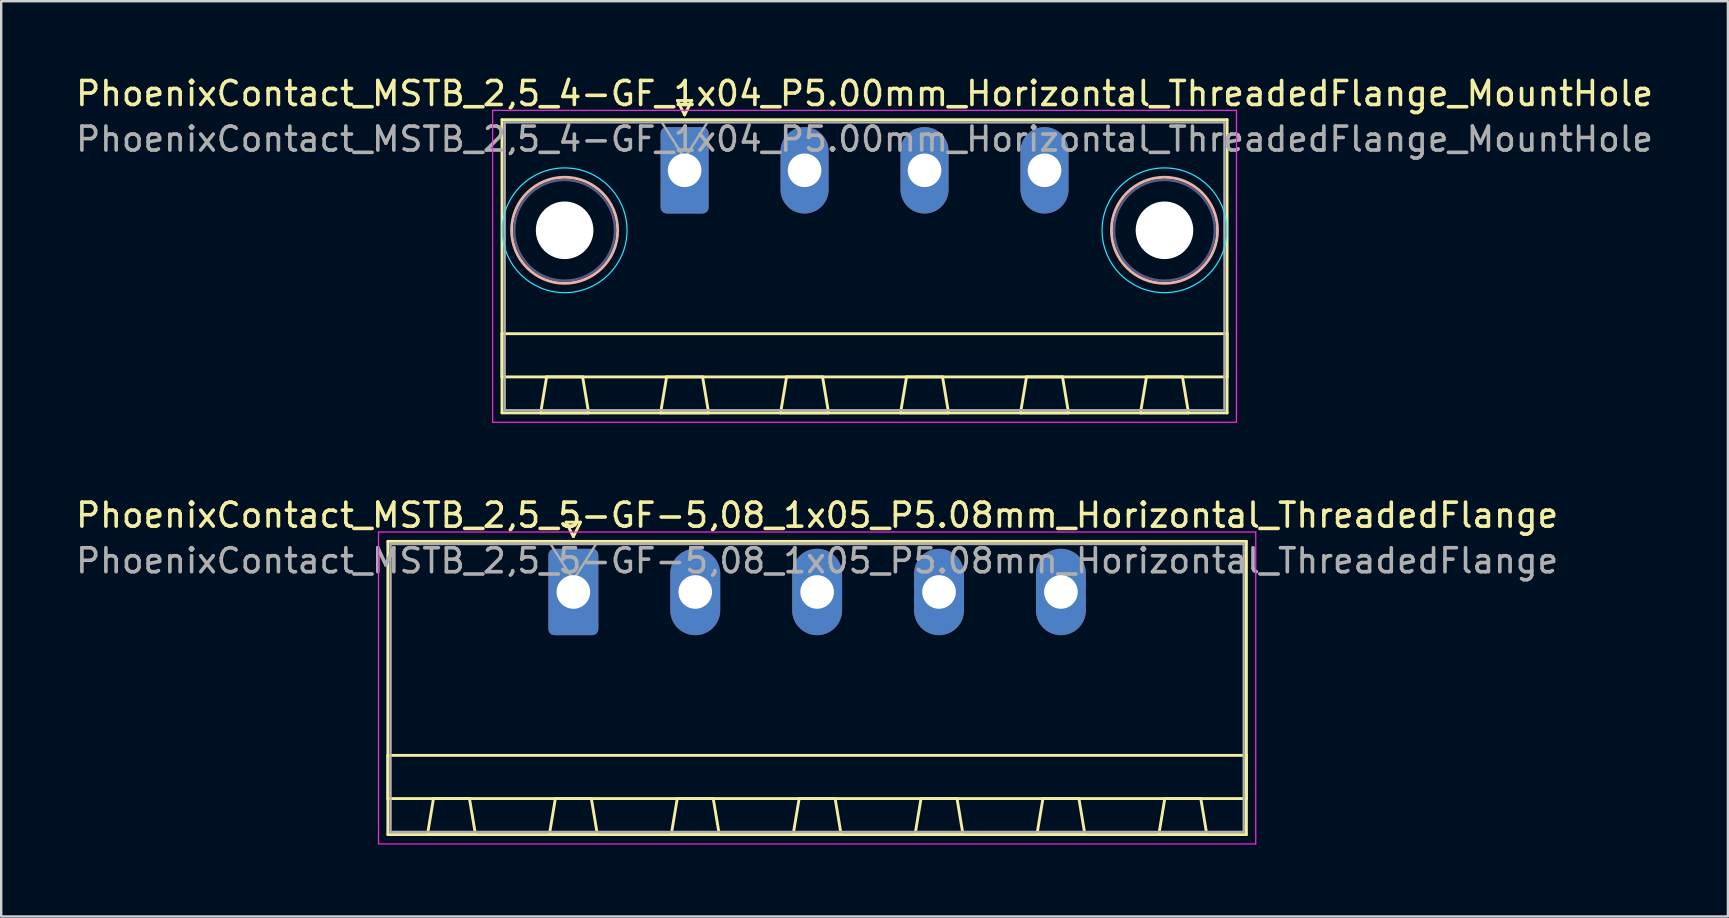
<source format=kicad_pcb>
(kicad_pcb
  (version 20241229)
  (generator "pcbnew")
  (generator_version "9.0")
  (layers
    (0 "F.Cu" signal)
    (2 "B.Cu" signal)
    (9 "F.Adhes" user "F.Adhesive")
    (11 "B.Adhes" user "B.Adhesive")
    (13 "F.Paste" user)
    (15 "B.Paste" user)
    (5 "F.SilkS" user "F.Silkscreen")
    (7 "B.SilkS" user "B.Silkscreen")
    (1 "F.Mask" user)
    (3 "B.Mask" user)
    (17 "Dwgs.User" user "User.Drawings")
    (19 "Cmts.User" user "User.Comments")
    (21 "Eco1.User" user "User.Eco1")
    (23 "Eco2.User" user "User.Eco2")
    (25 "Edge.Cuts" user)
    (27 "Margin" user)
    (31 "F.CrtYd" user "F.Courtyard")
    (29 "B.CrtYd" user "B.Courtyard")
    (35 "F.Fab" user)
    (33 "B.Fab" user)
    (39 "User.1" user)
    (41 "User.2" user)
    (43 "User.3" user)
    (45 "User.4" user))
  (footprint "PhoenixContact_MSTB_2,5_4-GF_1x04_P5.00mm_Horizontal_ThreadedFlange_MountHole"
    (layer "F.Cu")
    (at 25.482 4.048)
    (property "Reference" "PhoenixContact_MSTB_2,5_4-GF_1x04_P5.00mm_Horizontal_ThreadedFlange_MountHole" (at 7.5 -3.2 0) (layer "F.SilkS") (effects (font (size 1 1) (thickness 0.15))))
    (attr through_hole)
    (fp_line (start -7.61 -2.11) (end -7.61 10.11) (stroke (width 0.12) (type solid)) (layer "F.SilkS"))
    (fp_line (start -7.61 6.81) (end 22.61 6.81) (stroke (width 0.12) (type solid)) (layer "F.SilkS"))
    (fp_line (start -7.61 8.61) (end -7.61 6.81) (stroke (width 0.12) (type solid)) (layer "F.SilkS"))
    (fp_line (start -7.61 10.11) (end 22.61 10.11) (stroke (width 0.12) (type solid)) (layer "F.SilkS"))
    (fp_line (start -6 10.11) (end -4 10.11) (stroke (width 0.12) (type solid)) (layer "F.SilkS"))
    (fp_line (start -5.75 8.61) (end -6 10.11) (stroke (width 0.12) (type solid)) (layer "F.SilkS"))
    (fp_line (start -4.25 8.61) (end -5.75 8.61) (stroke (width 0.12) (type solid)) (layer "F.SilkS"))
    (fp_line (start -4 10.11) (end -4.25 8.61) (stroke (width 0.12) (type solid)) (layer "F.SilkS"))
    (fp_line (start -1 10.11) (end 1 10.11) (stroke (width 0.12) (type solid)) (layer "F.SilkS"))
    (fp_line (start -0.75 8.61) (end -1 10.11) (stroke (width 0.12) (type solid)) (layer "F.SilkS"))
    (fp_line (start -0.3 -2.91) (end 0.3 -2.91) (stroke (width 0.12) (type solid)) (layer "F.SilkS"))
    (fp_line (start 0 -2.31) (end -0.3 -2.91) (stroke (width 0.12) (type solid)) (layer "F.SilkS"))
    (fp_line (start 0.3 -2.91) (end 0 -2.31) (stroke (width 0.12) (type solid)) (layer "F.SilkS"))
    (fp_line (start 0.75 8.61) (end -0.75 8.61) (stroke (width 0.12) (type solid)) (layer "F.SilkS"))
    (fp_line (start 1 10.11) (end 0.75 8.61) (stroke (width 0.12) (type solid)) (layer "F.SilkS"))
    (fp_line (start 4 10.11) (end 6 10.11) (stroke (width 0.12) (type solid)) (layer "F.SilkS"))
    (fp_line (start 4.25 8.61) (end 4 10.11) (stroke (width 0.12) (type solid)) (layer "F.SilkS"))
    (fp_line (start 5.75 8.61) (end 4.25 8.61) (stroke (width 0.12) (type solid)) (layer "F.SilkS"))
    (fp_line (start 6 10.11) (end 5.75 8.61) (stroke (width 0.12) (type solid)) (layer "F.SilkS"))
    (fp_line (start 9 10.11) (end 11 10.11) (stroke (width 0.12) (type solid)) (layer "F.SilkS"))
    (fp_line (start 9.25 8.61) (end 9 10.11) (stroke (width 0.12) (type solid)) (layer "F.SilkS"))
    (fp_line (start 10.75 8.61) (end 9.25 8.61) (stroke (width 0.12) (type solid)) (layer "F.SilkS"))
    (fp_line (start 11 10.11) (end 10.75 8.61) (stroke (width 0.12) (type solid)) (layer "F.SilkS"))
    (fp_line (start 14 10.11) (end 16 10.11) (stroke (width 0.12) (type solid)) (layer "F.SilkS"))
    (fp_line (start 14.25 8.61) (end 14 10.11) (stroke (width 0.12) (type solid)) (layer "F.SilkS"))
    (fp_line (start 15.75 8.61) (end 14.25 8.61) (stroke (width 0.12) (type solid)) (layer "F.SilkS"))
    (fp_line (start 16 10.11) (end 15.75 8.61) (stroke (width 0.12) (type solid)) (layer "F.SilkS"))
    (fp_line (start 19 10.11) (end 21 10.11) (stroke (width 0.12) (type solid)) (layer "F.SilkS"))
    (fp_line (start 19.25 8.61) (end 19 10.11) (stroke (width 0.12) (type solid)) (layer "F.SilkS"))
    (fp_line (start 20.75 8.61) (end 19.25 8.61) (stroke (width 0.12) (type solid)) (layer "F.SilkS"))
    (fp_line (start 21 10.11) (end 20.75 8.61) (stroke (width 0.12) (type solid)) (layer "F.SilkS"))
    (fp_line (start 22.61 -2.11) (end -7.61 -2.11) (stroke (width 0.12) (type solid)) (layer "F.SilkS"))
    (fp_line (start 22.61 6.81) (end 22.61 8.61) (stroke (width 0.12) (type solid)) (layer "F.SilkS"))
    (fp_line (start 22.61 8.61) (end -7.61 8.61) (stroke (width 0.12) (type solid)) (layer "F.SilkS"))
    (fp_line (start 22.61 10.11) (end 22.61 -2.11) (stroke (width 0.12) (type solid)) (layer "F.SilkS"))
    (fp_circle (center -5 2.5) (end -2.79 2.5) (stroke (width 0.12) (type solid)) (fill no) (layer "B.SilkS"))
    (fp_circle (center 20 2.5) (end 22.21 2.5) (stroke (width 0.12) (type solid)) (fill no) (layer "B.SilkS"))
    (fp_circle (center -5 2.5) (end -2.4 2.5) (stroke (width 0.05) (type solid)) (fill no) (layer "B.CrtYd"))
    (fp_circle (center 20 2.5) (end 22.6 2.5) (stroke (width 0.05) (type solid)) (fill no) (layer "B.CrtYd"))
    (fp_line (start -8 -2.5) (end -8 10.5) (stroke (width 0.05) (type solid)) (layer "F.CrtYd"))
    (fp_line (start -8 10.5) (end 23 10.5) (stroke (width 0.05) (type solid)) (layer "F.CrtYd"))
    (fp_line (start 23 -2.5) (end -8 -2.5) (stroke (width 0.05) (type solid)) (layer "F.CrtYd"))
    (fp_line (start 23 10.5) (end 23 -2.5) (stroke (width 0.05) (type solid)) (layer "F.CrtYd"))
    (fp_circle (center -5 2.5) (end -2.9 2.5) (stroke (width 0.1) (type solid)) (fill no) (layer "B.Fab"))
    (fp_circle (center 20 2.5) (end 22.1 2.5) (stroke (width 0.1) (type solid)) (fill no) (layer "B.Fab"))
    (fp_line (start -7.5 -2) (end -7.5 10) (stroke (width 0.1) (type solid)) (layer "F.Fab"))
    (fp_line (start -7.5 10) (end 22.5 10) (stroke (width 0.1) (type solid)) (layer "F.Fab"))
    (fp_line (start 0 -0.5) (end -0.95 -2) (stroke (width 0.1) (type solid)) (layer "F.Fab"))
    (fp_line (start 0.95 -2) (end 0 -0.5) (stroke (width 0.1) (type solid)) (layer "F.Fab"))
    (fp_line (start 22.5 -2) (end -7.5 -2) (stroke (width 0.1) (type solid)) (layer "F.Fab"))
    (fp_line (start 22.5 10) (end 22.5 -2) (stroke (width 0.1) (type solid)) (layer "F.Fab"))
    (fp_text user "${REFERENCE}" (at 7.5 -1.3 0) (layer "F.Fab") (effects (font (size 1 1) (thickness 0.15))))
    (pad "" np_thru_hole circle (at -5 2.5) (size 2.4 2.4) (drill 2.4) (layers "*.Cu" "*.Mask"))
    (pad "" np_thru_hole circle (at 20 2.5) (size 2.4 2.4) (drill 2.4) (layers "*.Cu" "*.Mask"))
    (pad "1" thru_hole roundrect (at 0 0) (size 2 3.6) (drill 1.4) (layers "*.Cu" "*.Mask") (roundrect_rratio 0.125))
    (pad "2" thru_hole oval (at 5 0) (size 2 3.6) (drill 1.4) (layers "*.Cu" "*.Mask"))
    (pad "3" thru_hole oval (at 10 0) (size 2 3.6) (drill 1.4) (layers "*.Cu" "*.Mask"))
    (pad "4" thru_hole oval (at 15 0) (size 2 3.6) (drill 1.4) (layers "*.Cu" "*.Mask")))
  (footprint "PhoenixContact_MSTB_2,5_5-GF-5,08_1x05_P5.08mm_Horizontal_ThreadedFlange"
    (layer "F.Cu")
    (at 20.846 21.622)
    (property "Reference" "PhoenixContact_MSTB_2,5_5-GF-5,08_1x05_P5.08mm_Horizontal_ThreadedFlange" (at 10.16 -3.2 0) (layer "F.SilkS") (effects (font (size 1 1) (thickness 0.15))))
    (attr through_hole)
    (fp_line (start -7.73 -2.11) (end -7.73 10.11) (stroke (width 0.12) (type solid)) (layer "F.SilkS"))
    (fp_line (start -7.73 6.81) (end 28.05 6.81) (stroke (width 0.12) (type solid)) (layer "F.SilkS"))
    (fp_line (start -7.73 8.61) (end -7.73 6.81) (stroke (width 0.12) (type solid)) (layer "F.SilkS"))
    (fp_line (start -7.73 10.11) (end 28.05 10.11) (stroke (width 0.12) (type solid)) (layer "F.SilkS"))
    (fp_line (start -6.08 10.11) (end -4.08 10.11) (stroke (width 0.12) (type solid)) (layer "F.SilkS"))
    (fp_line (start -5.83 8.61) (end -6.08 10.11) (stroke (width 0.12) (type solid)) (layer "F.SilkS"))
    (fp_line (start -4.33 8.61) (end -5.83 8.61) (stroke (width 0.12) (type solid)) (layer "F.SilkS"))
    (fp_line (start -4.08 10.11) (end -4.33 8.61) (stroke (width 0.12) (type solid)) (layer "F.SilkS"))
    (fp_line (start -1 10.11) (end 1 10.11) (stroke (width 0.12) (type solid)) (layer "F.SilkS"))
    (fp_line (start -0.75 8.61) (end -1 10.11) (stroke (width 0.12) (type solid)) (layer "F.SilkS"))
    (fp_line (start -0.3 -2.91) (end 0.3 -2.91) (stroke (width 0.12) (type solid)) (layer "F.SilkS"))
    (fp_line (start 0 -2.31) (end -0.3 -2.91) (stroke (width 0.12) (type solid)) (layer "F.SilkS"))
    (fp_line (start 0.3 -2.91) (end 0 -2.31) (stroke (width 0.12) (type solid)) (layer "F.SilkS"))
    (fp_line (start 0.75 8.61) (end -0.75 8.61) (stroke (width 0.12) (type solid)) (layer "F.SilkS"))
    (fp_line (start 1 10.11) (end 0.75 8.61) (stroke (width 0.12) (type solid)) (layer "F.SilkS"))
    (fp_line (start 4.08 10.11) (end 6.08 10.11) (stroke (width 0.12) (type solid)) (layer "F.SilkS"))
    (fp_line (start 4.33 8.61) (end 4.08 10.11) (stroke (width 0.12) (type solid)) (layer "F.SilkS"))
    (fp_line (start 5.83 8.61) (end 4.33 8.61) (stroke (width 0.12) (type solid)) (layer "F.SilkS"))
    (fp_line (start 6.08 10.11) (end 5.83 8.61) (stroke (width 0.12) (type solid)) (layer "F.SilkS"))
    (fp_line (start 9.16 10.11) (end 11.16 10.11) (stroke (width 0.12) (type solid)) (layer "F.SilkS"))
    (fp_line (start 9.41 8.61) (end 9.16 10.11) (stroke (width 0.12) (type solid)) (layer "F.SilkS"))
    (fp_line (start 10.91 8.61) (end 9.41 8.61) (stroke (width 0.12) (type solid)) (layer "F.SilkS"))
    (fp_line (start 11.16 10.11) (end 10.91 8.61) (stroke (width 0.12) (type solid)) (layer "F.SilkS"))
    (fp_line (start 14.24 10.11) (end 16.24 10.11) (stroke (width 0.12) (type solid)) (layer "F.SilkS"))
    (fp_line (start 14.49 8.61) (end 14.24 10.11) (stroke (width 0.12) (type solid)) (layer "F.SilkS"))
    (fp_line (start 15.99 8.61) (end 14.49 8.61) (stroke (width 0.12) (type solid)) (layer "F.SilkS"))
    (fp_line (start 16.24 10.11) (end 15.99 8.61) (stroke (width 0.12) (type solid)) (layer "F.SilkS"))
    (fp_line (start 19.32 10.11) (end 21.32 10.11) (stroke (width 0.12) (type solid)) (layer "F.SilkS"))
    (fp_line (start 19.57 8.61) (end 19.32 10.11) (stroke (width 0.12) (type solid)) (layer "F.SilkS"))
    (fp_line (start 21.07 8.61) (end 19.57 8.61) (stroke (width 0.12) (type solid)) (layer "F.SilkS"))
    (fp_line (start 21.32 10.11) (end 21.07 8.61) (stroke (width 0.12) (type solid)) (layer "F.SilkS"))
    (fp_line (start 24.4 10.11) (end 26.4 10.11) (stroke (width 0.12) (type solid)) (layer "F.SilkS"))
    (fp_line (start 24.65 8.61) (end 24.4 10.11) (stroke (width 0.12) (type solid)) (layer "F.SilkS"))
    (fp_line (start 26.15 8.61) (end 24.65 8.61) (stroke (width 0.12) (type solid)) (layer "F.SilkS"))
    (fp_line (start 26.4 10.11) (end 26.15 8.61) (stroke (width 0.12) (type solid)) (layer "F.SilkS"))
    (fp_line (start 28.05 -2.11) (end -7.73 -2.11) (stroke (width 0.12) (type solid)) (layer "F.SilkS"))
    (fp_line (start 28.05 6.81) (end 28.05 8.61) (stroke (width 0.12) (type solid)) (layer "F.SilkS"))
    (fp_line (start 28.05 8.61) (end -7.73 8.61) (stroke (width 0.12) (type solid)) (layer "F.SilkS"))
    (fp_line (start 28.05 10.11) (end 28.05 -2.11) (stroke (width 0.12) (type solid)) (layer "F.SilkS"))
    (fp_line (start -8.12 -2.5) (end -8.12 10.5) (stroke (width 0.05) (type solid)) (layer "F.CrtYd"))
    (fp_line (start -8.12 10.5) (end 28.44 10.5) (stroke (width 0.05) (type solid)) (layer "F.CrtYd"))
    (fp_line (start 28.44 -2.5) (end -8.12 -2.5) (stroke (width 0.05) (type solid)) (layer "F.CrtYd"))
    (fp_line (start 28.44 10.5) (end 28.44 -2.5) (stroke (width 0.05) (type solid)) (layer "F.CrtYd"))
    (fp_line (start -7.62 -2) (end -7.62 10) (stroke (width 0.1) (type solid)) (layer "F.Fab"))
    (fp_line (start -7.62 10) (end 27.94 10) (stroke (width 0.1) (type solid)) (layer "F.Fab"))
    (fp_line (start 0 -0.5) (end -0.95 -2) (stroke (width 0.1) (type solid)) (layer "F.Fab"))
    (fp_line (start 0.95 -2) (end 0 -0.5) (stroke (width 0.1) (type solid)) (layer "F.Fab"))
    (fp_line (start 27.94 -2) (end -7.62 -2) (stroke (width 0.1) (type solid)) (layer "F.Fab"))
    (fp_line (start 27.94 10) (end 27.94 -2) (stroke (width 0.1) (type solid)) (layer "F.Fab"))
    (fp_text user "${REFERENCE}" (at 10.16 -1.3 0) (layer "F.Fab") (effects (font (size 1 1) (thickness 0.15))))
    (pad "1" thru_hole roundrect (at 0 0) (size 2.08 3.6) (drill 1.4) (layers "*.Cu" "*.Mask") (roundrect_rratio 0.12))
    (pad "2" thru_hole oval (at 5.08 0) (size 2.08 3.6) (drill 1.4) (layers "*.Cu" "*.Mask"))
    (pad "3" thru_hole oval (at 10.16 0) (size 2.08 3.6) (drill 1.4) (layers "*.Cu" "*.Mask"))
    (pad "4" thru_hole oval (at 15.24 0) (size 2.08 3.6) (drill 1.4) (layers "*.Cu" "*.Mask"))
    (pad "5" thru_hole oval (at 20.32 0) (size 2.08 3.6) (drill 1.4) (layers "*.Cu" "*.Mask")))
  (gr_rect
    (start -3 -3)
    (end 68.964 35.147)
    (stroke (width 0.1) (type default))
    (fill no)
    (layer "Edge.Cuts")))
</source>
